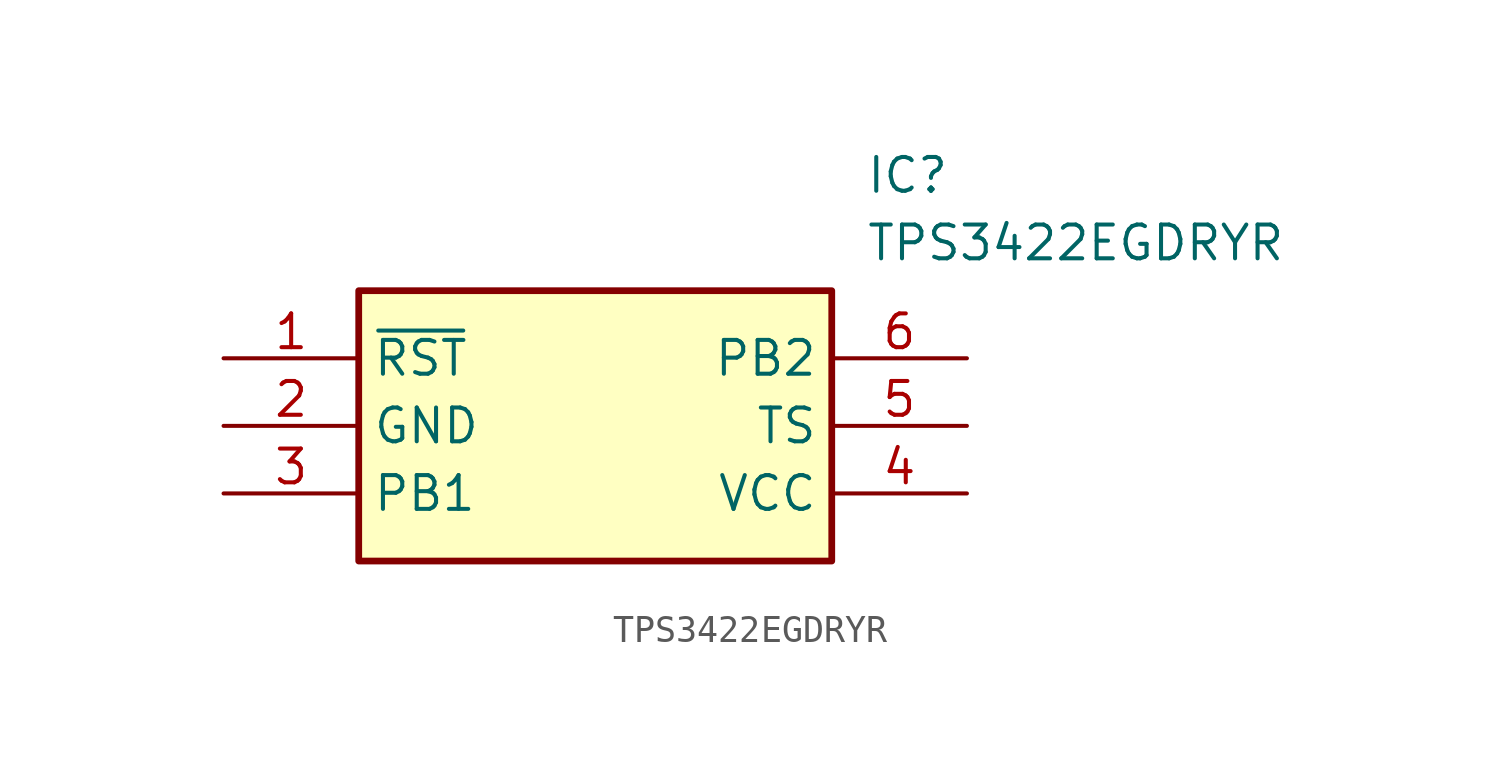
<source format=kicad_sym>
(kicad_symbol_lib
  (version 20211014)
  (generator SamacSys_ECAD_Model)
  (symbol "TPS3422EGDRYR"
    (property "Reference" "IC"
      (at 24.13 7.62 0)
      (effects (font (size 1.27 1.27)) (justify left top)))
    (property "Value" "TPS3422EGDRYR"
      (at 24.13 5.08 0)
      (effects (font (size 1.27 1.27)) (justify left top)))
    (rectangle
      (start 5.08 2.54)
      (end 22.86 -7.62)
      (stroke (width 0.254) (type default))
      (fill (type background)))
    (pin passive line
      (at 0 0 0)
      (length 5.08)
      (name "~{RST}" (effects (font (size 1.27 1.27))))
      (number "1" (effects (font (size 1.27 1.27)))))
    (pin passive line
      (at 0 -2.54 0)
      (length 5.08)
      (name "GND" (effects (font (size 1.27 1.27))))
      (number "2" (effects (font (size 1.27 1.27)))))
    (pin passive line
      (at 0 -5.08 0)
      (length 5.08)
      (name "PB1" (effects (font (size 1.27 1.27))))
      (number "3" (effects (font (size 1.27 1.27)))))
    (pin passive line
      (at 27.94 -5.08 180)
      (length 5.08)
      (name "VCC" (effects (font (size 1.27 1.27))))
      (number "4" (effects (font (size 1.27 1.27)))))
    (pin passive line
      (at 27.94 -2.54 180)
      (length 5.08)
      (name "TS" (effects (font (size 1.27 1.27))))
      (number "5" (effects (font (size 1.27 1.27)))))
    (pin passive line
      (at 27.94 0 180)
      (length 5.08)
      (name "PB2" (effects (font (size 1.27 1.27))))
      (number "6" (effects (font (size 1.27 1.27)))))))
</source>
